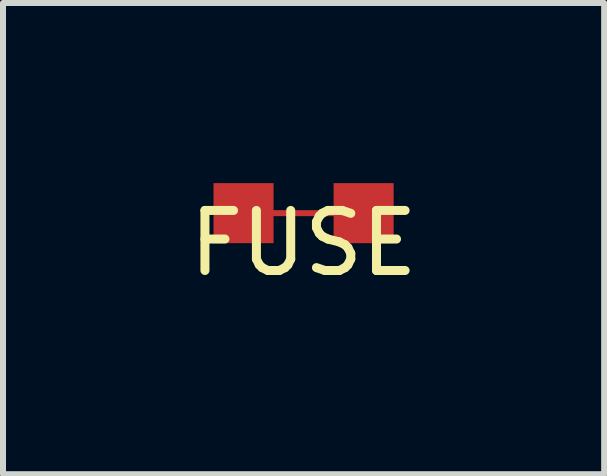
<source format=kicad_pcb>
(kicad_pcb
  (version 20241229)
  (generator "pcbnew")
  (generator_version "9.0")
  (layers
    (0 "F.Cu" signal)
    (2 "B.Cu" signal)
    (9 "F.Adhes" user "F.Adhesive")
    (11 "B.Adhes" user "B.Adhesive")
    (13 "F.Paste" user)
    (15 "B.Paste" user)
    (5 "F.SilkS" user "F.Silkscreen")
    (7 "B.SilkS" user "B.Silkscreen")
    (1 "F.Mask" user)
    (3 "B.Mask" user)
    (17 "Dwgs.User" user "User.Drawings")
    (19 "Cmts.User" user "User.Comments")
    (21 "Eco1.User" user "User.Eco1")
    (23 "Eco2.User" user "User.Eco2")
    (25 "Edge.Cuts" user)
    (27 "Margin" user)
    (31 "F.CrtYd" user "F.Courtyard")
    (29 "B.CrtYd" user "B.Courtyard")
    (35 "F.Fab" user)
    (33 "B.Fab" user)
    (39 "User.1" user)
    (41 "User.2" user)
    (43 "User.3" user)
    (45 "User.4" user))
  (footprint "FUSE"
    (layer "F.Cu")
    (at 2.006 0.5)
    (property "Reference" "FUSE" (at 0 0.5 0) (layer "F.SilkS") (effects (font (size 1 1) (thickness 0.15))))
    (attr through_hole)
    (pad "" smd rect (at 0 0) (size 1.5 0.1) (layers "F.Cu" "F.Mask" "F.Paste"))
    (pad "1" smd rect (at -1 0) (size 1 1) (layers "F.Cu" "F.Mask" "F.Paste"))
    (pad "2" smd rect (at 1 0) (size 1 1) (layers "F.Cu" "F.Mask" "F.Paste")))
  (gr_rect
    (start -3 -3)
    (end 7.012 4.848)
    (stroke (width 0.1) (type default))
    (fill no)
    (layer "Edge.Cuts")))
</source>
